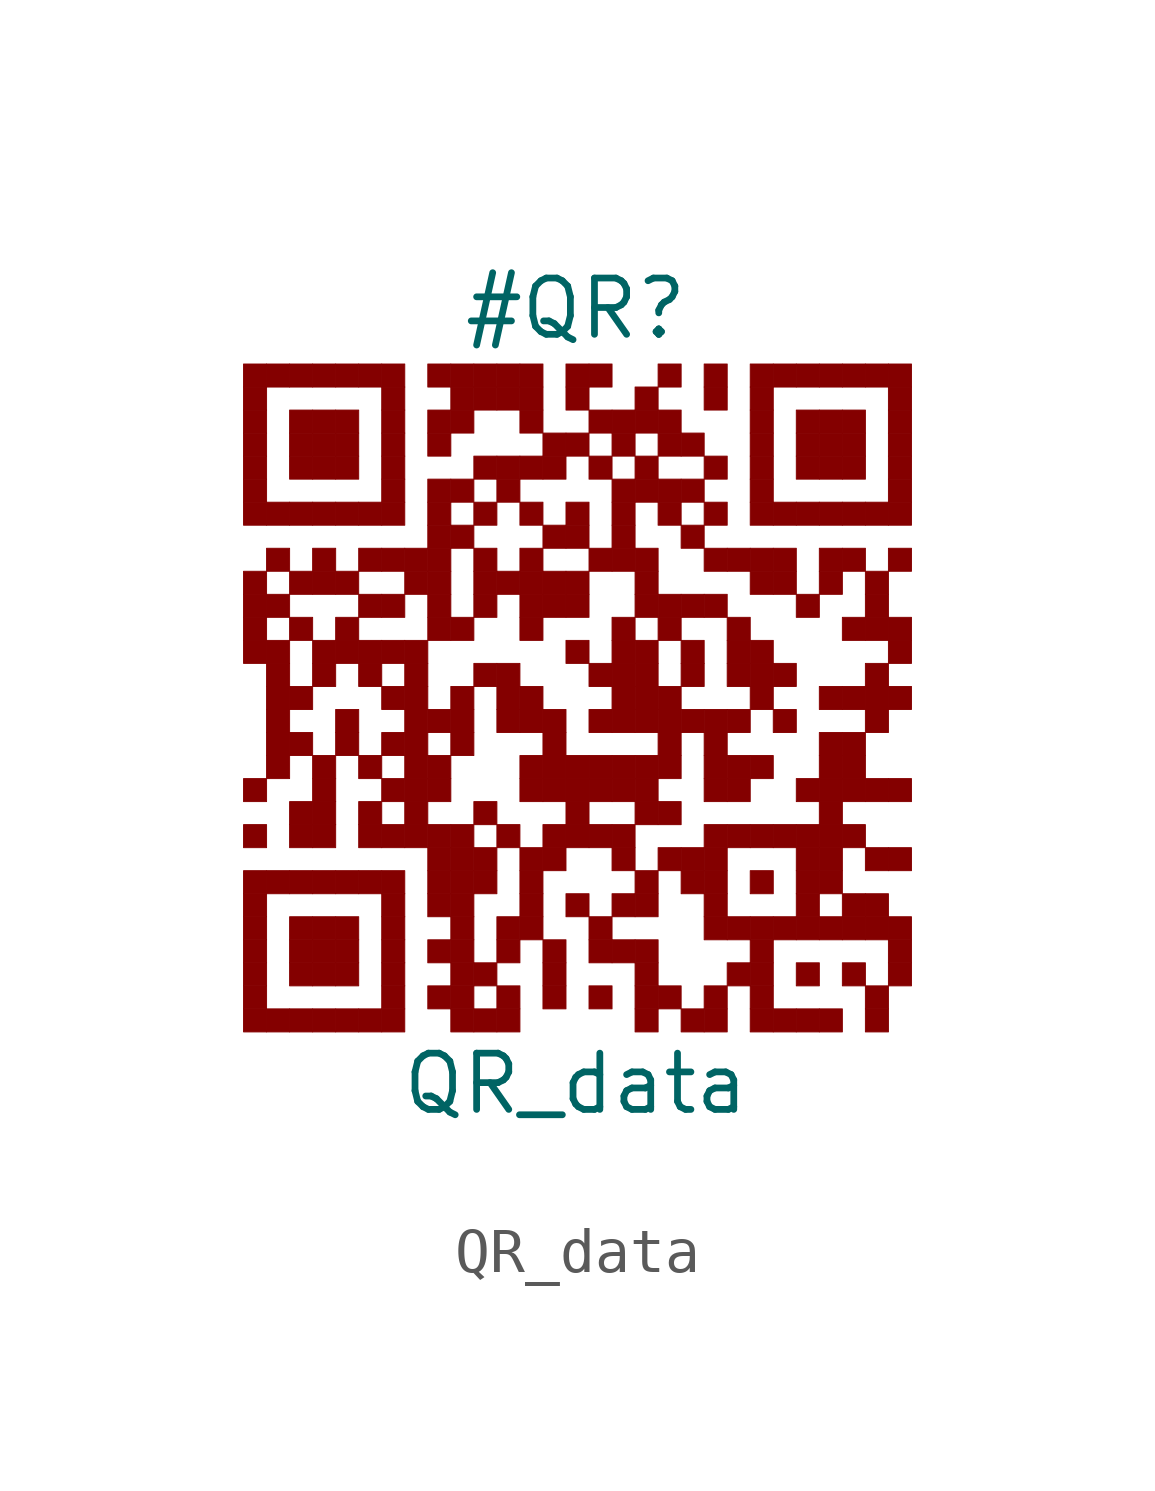
<source format=kicad_sym>
(kicad_symbol_lib
  (version 20211014)
  (generator kibot)
  (symbol "QR_data"
    (pin_numbers hide)
    (pin_names hide)
    (property "Reference" "#QR"
      (at 0 8.75 0)
      (effects (font (size 1.27 1.27))))
    (property "Value" "QR_data"
      (at 0 -8.75 0)
      (effects (font (size 1.27 1.27))))
    (rectangle
      (start -7.5 7.5)
      (end -6.98 6.98)
      (stroke (width 0.001) (type default))
      (fill (type outline)))
    (rectangle
      (start -6.98 7.5)
      (end -6.46 6.98)
      (stroke (width 0.001) (type default))
      (fill (type outline)))
    (rectangle
      (start -6.46 7.5)
      (end -5.94 6.98)
      (stroke (width 0.001) (type default))
      (fill (type outline)))
    (rectangle
      (start -5.94 7.5)
      (end -5.42 6.98)
      (stroke (width 0.001) (type default))
      (fill (type outline)))
    (rectangle
      (start -5.42 7.5)
      (end -4.9 6.98)
      (stroke (width 0.001) (type default))
      (fill (type outline)))
    (rectangle
      (start -4.9 7.5)
      (end -4.38 6.98)
      (stroke (width 0.001) (type default))
      (fill (type outline)))
    (rectangle
      (start -4.38 7.5)
      (end -3.86 6.98)
      (stroke (width 0.001) (type default))
      (fill (type outline)))
    (rectangle
      (start -3.34 7.5)
      (end -2.82 6.98)
      (stroke (width 0.001) (type default))
      (fill (type outline)))
    (rectangle
      (start -2.82 7.5)
      (end -2.3 6.98)
      (stroke (width 0.001) (type default))
      (fill (type outline)))
    (rectangle
      (start -2.3 7.5)
      (end -1.78 6.98)
      (stroke (width 0.001) (type default))
      (fill (type outline)))
    (rectangle
      (start -1.78 7.5)
      (end -1.26 6.98)
      (stroke (width 0.001) (type default))
      (fill (type outline)))
    (rectangle
      (start -1.26 7.5)
      (end -0.74 6.98)
      (stroke (width 0.001) (type default))
      (fill (type outline)))
    (rectangle
      (start -0.22 7.5)
      (end 0.3 6.98)
      (stroke (width 0.001) (type default))
      (fill (type outline)))
    (rectangle
      (start 0.3 7.5)
      (end 0.82 6.98)
      (stroke (width 0.001) (type default))
      (fill (type outline)))
    (rectangle
      (start 1.86 7.5)
      (end 2.38 6.98)
      (stroke (width 0.001) (type default))
      (fill (type outline)))
    (rectangle
      (start 2.9 7.5)
      (end 3.42 6.98)
      (stroke (width 0.001) (type default))
      (fill (type outline)))
    (rectangle
      (start 3.94 7.5)
      (end 4.46 6.98)
      (stroke (width 0.001) (type default))
      (fill (type outline)))
    (rectangle
      (start 4.46 7.5)
      (end 4.98 6.98)
      (stroke (width 0.001) (type default))
      (fill (type outline)))
    (rectangle
      (start 4.98 7.5)
      (end 5.5 6.98)
      (stroke (width 0.001) (type default))
      (fill (type outline)))
    (rectangle
      (start 5.5 7.5)
      (end 6.02 6.98)
      (stroke (width 0.001) (type default))
      (fill (type outline)))
    (rectangle
      (start 6.02 7.5)
      (end 6.54 6.98)
      (stroke (width 0.001) (type default))
      (fill (type outline)))
    (rectangle
      (start 6.54 7.5)
      (end 7.06 6.98)
      (stroke (width 0.001) (type default))
      (fill (type outline)))
    (rectangle
      (start 7.06 7.5)
      (end 7.58 6.98)
      (stroke (width 0.001) (type default))
      (fill (type outline)))
    (rectangle
      (start -7.5 6.98)
      (end -6.98 6.46)
      (stroke (width 0.001) (type default))
      (fill (type outline)))
    (rectangle
      (start -4.38 6.98)
      (end -3.86 6.46)
      (stroke (width 0.001) (type default))
      (fill (type outline)))
    (rectangle
      (start -2.82 6.98)
      (end -2.3 6.46)
      (stroke (width 0.001) (type default))
      (fill (type outline)))
    (rectangle
      (start -2.3 6.98)
      (end -1.78 6.46)
      (stroke (width 0.001) (type default))
      (fill (type outline)))
    (rectangle
      (start -1.78 6.98)
      (end -1.26 6.46)
      (stroke (width 0.001) (type default))
      (fill (type outline)))
    (rectangle
      (start -1.26 6.98)
      (end -0.74 6.46)
      (stroke (width 0.001) (type default))
      (fill (type outline)))
    (rectangle
      (start -0.22 6.98)
      (end 0.3 6.46)
      (stroke (width 0.001) (type default))
      (fill (type outline)))
    (rectangle
      (start 1.34 6.98)
      (end 1.86 6.46)
      (stroke (width 0.001) (type default))
      (fill (type outline)))
    (rectangle
      (start 2.9 6.98)
      (end 3.42 6.46)
      (stroke (width 0.001) (type default))
      (fill (type outline)))
    (rectangle
      (start 3.94 6.98)
      (end 4.46 6.46)
      (stroke (width 0.001) (type default))
      (fill (type outline)))
    (rectangle
      (start 7.06 6.98)
      (end 7.58 6.46)
      (stroke (width 0.001) (type default))
      (fill (type outline)))
    (rectangle
      (start -7.5 6.46)
      (end -6.98 5.94)
      (stroke (width 0.001) (type default))
      (fill (type outline)))
    (rectangle
      (start -6.46 6.46)
      (end -5.94 5.94)
      (stroke (width 0.001) (type default))
      (fill (type outline)))
    (rectangle
      (start -5.94 6.46)
      (end -5.42 5.94)
      (stroke (width 0.001) (type default))
      (fill (type outline)))
    (rectangle
      (start -5.42 6.46)
      (end -4.9 5.94)
      (stroke (width 0.001) (type default))
      (fill (type outline)))
    (rectangle
      (start -4.38 6.46)
      (end -3.86 5.94)
      (stroke (width 0.001) (type default))
      (fill (type outline)))
    (rectangle
      (start -3.34 6.46)
      (end -2.82 5.94)
      (stroke (width 0.001) (type default))
      (fill (type outline)))
    (rectangle
      (start -2.82 6.46)
      (end -2.3 5.94)
      (stroke (width 0.001) (type default))
      (fill (type outline)))
    (rectangle
      (start -1.26 6.46)
      (end -0.74 5.94)
      (stroke (width 0.001) (type default))
      (fill (type outline)))
    (rectangle
      (start 0.3 6.46)
      (end 0.82 5.94)
      (stroke (width 0.001) (type default))
      (fill (type outline)))
    (rectangle
      (start 0.82 6.46)
      (end 1.34 5.94)
      (stroke (width 0.001) (type default))
      (fill (type outline)))
    (rectangle
      (start 1.34 6.46)
      (end 1.86 5.94)
      (stroke (width 0.001) (type default))
      (fill (type outline)))
    (rectangle
      (start 1.86 6.46)
      (end 2.38 5.94)
      (stroke (width 0.001) (type default))
      (fill (type outline)))
    (rectangle
      (start 3.94 6.46)
      (end 4.46 5.94)
      (stroke (width 0.001) (type default))
      (fill (type outline)))
    (rectangle
      (start 4.98 6.46)
      (end 5.5 5.94)
      (stroke (width 0.001) (type default))
      (fill (type outline)))
    (rectangle
      (start 5.5 6.46)
      (end 6.02 5.94)
      (stroke (width 0.001) (type default))
      (fill (type outline)))
    (rectangle
      (start 6.02 6.46)
      (end 6.54 5.94)
      (stroke (width 0.001) (type default))
      (fill (type outline)))
    (rectangle
      (start 7.06 6.46)
      (end 7.58 5.94)
      (stroke (width 0.001) (type default))
      (fill (type outline)))
    (rectangle
      (start -7.5 5.94)
      (end -6.98 5.42)
      (stroke (width 0.001) (type default))
      (fill (type outline)))
    (rectangle
      (start -6.46 5.94)
      (end -5.94 5.42)
      (stroke (width 0.001) (type default))
      (fill (type outline)))
    (rectangle
      (start -5.94 5.94)
      (end -5.42 5.42)
      (stroke (width 0.001) (type default))
      (fill (type outline)))
    (rectangle
      (start -5.42 5.94)
      (end -4.9 5.42)
      (stroke (width 0.001) (type default))
      (fill (type outline)))
    (rectangle
      (start -4.38 5.94)
      (end -3.86 5.42)
      (stroke (width 0.001) (type default))
      (fill (type outline)))
    (rectangle
      (start -3.34 5.94)
      (end -2.82 5.42)
      (stroke (width 0.001) (type default))
      (fill (type outline)))
    (rectangle
      (start -0.74 5.94)
      (end -0.22 5.42)
      (stroke (width 0.001) (type default))
      (fill (type outline)))
    (rectangle
      (start -0.22 5.94)
      (end 0.3 5.42)
      (stroke (width 0.001) (type default))
      (fill (type outline)))
    (rectangle
      (start 0.82 5.94)
      (end 1.34 5.42)
      (stroke (width 0.001) (type default))
      (fill (type outline)))
    (rectangle
      (start 1.86 5.94)
      (end 2.38 5.42)
      (stroke (width 0.001) (type default))
      (fill (type outline)))
    (rectangle
      (start 2.38 5.94)
      (end 2.9 5.42)
      (stroke (width 0.001) (type default))
      (fill (type outline)))
    (rectangle
      (start 3.94 5.94)
      (end 4.46 5.42)
      (stroke (width 0.001) (type default))
      (fill (type outline)))
    (rectangle
      (start 4.98 5.94)
      (end 5.5 5.42)
      (stroke (width 0.001) (type default))
      (fill (type outline)))
    (rectangle
      (start 5.5 5.94)
      (end 6.02 5.42)
      (stroke (width 0.001) (type default))
      (fill (type outline)))
    (rectangle
      (start 6.02 5.94)
      (end 6.54 5.42)
      (stroke (width 0.001) (type default))
      (fill (type outline)))
    (rectangle
      (start 7.06 5.94)
      (end 7.58 5.42)
      (stroke (width 0.001) (type default))
      (fill (type outline)))
    (rectangle
      (start -7.5 5.42)
      (end -6.98 4.9)
      (stroke (width 0.001) (type default))
      (fill (type outline)))
    (rectangle
      (start -6.46 5.42)
      (end -5.94 4.9)
      (stroke (width 0.001) (type default))
      (fill (type outline)))
    (rectangle
      (start -5.94 5.42)
      (end -5.42 4.9)
      (stroke (width 0.001) (type default))
      (fill (type outline)))
    (rectangle
      (start -5.42 5.42)
      (end -4.9 4.9)
      (stroke (width 0.001) (type default))
      (fill (type outline)))
    (rectangle
      (start -4.38 5.42)
      (end -3.86 4.9)
      (stroke (width 0.001) (type default))
      (fill (type outline)))
    (rectangle
      (start -2.3 5.42)
      (end -1.78 4.9)
      (stroke (width 0.001) (type default))
      (fill (type outline)))
    (rectangle
      (start -1.78 5.42)
      (end -1.26 4.9)
      (stroke (width 0.001) (type default))
      (fill (type outline)))
    (rectangle
      (start -1.26 5.42)
      (end -0.74 4.9)
      (stroke (width 0.001) (type default))
      (fill (type outline)))
    (rectangle
      (start -0.74 5.42)
      (end -0.22 4.9)
      (stroke (width 0.001) (type default))
      (fill (type outline)))
    (rectangle
      (start 0.3 5.42)
      (end 0.82 4.9)
      (stroke (width 0.001) (type default))
      (fill (type outline)))
    (rectangle
      (start 1.34 5.42)
      (end 1.86 4.9)
      (stroke (width 0.001) (type default))
      (fill (type outline)))
    (rectangle
      (start 2.9 5.42)
      (end 3.42 4.9)
      (stroke (width 0.001) (type default))
      (fill (type outline)))
    (rectangle
      (start 3.94 5.42)
      (end 4.46 4.9)
      (stroke (width 0.001) (type default))
      (fill (type outline)))
    (rectangle
      (start 4.98 5.42)
      (end 5.5 4.9)
      (stroke (width 0.001) (type default))
      (fill (type outline)))
    (rectangle
      (start 5.5 5.42)
      (end 6.02 4.9)
      (stroke (width 0.001) (type default))
      (fill (type outline)))
    (rectangle
      (start 6.02 5.42)
      (end 6.54 4.9)
      (stroke (width 0.001) (type default))
      (fill (type outline)))
    (rectangle
      (start 7.06 5.42)
      (end 7.58 4.9)
      (stroke (width 0.001) (type default))
      (fill (type outline)))
    (rectangle
      (start -7.5 4.9)
      (end -6.98 4.38)
      (stroke (width 0.001) (type default))
      (fill (type outline)))
    (rectangle
      (start -4.38 4.9)
      (end -3.86 4.38)
      (stroke (width 0.001) (type default))
      (fill (type outline)))
    (rectangle
      (start -3.34 4.9)
      (end -2.82 4.38)
      (stroke (width 0.001) (type default))
      (fill (type outline)))
    (rectangle
      (start -2.82 4.9)
      (end -2.3 4.38)
      (stroke (width 0.001) (type default))
      (fill (type outline)))
    (rectangle
      (start -1.78 4.9)
      (end -1.26 4.38)
      (stroke (width 0.001) (type default))
      (fill (type outline)))
    (rectangle
      (start 0.82 4.9)
      (end 1.34 4.38)
      (stroke (width 0.001) (type default))
      (fill (type outline)))
    (rectangle
      (start 1.34 4.9)
      (end 1.86 4.38)
      (stroke (width 0.001) (type default))
      (fill (type outline)))
    (rectangle
      (start 1.86 4.9)
      (end 2.38 4.38)
      (stroke (width 0.001) (type default))
      (fill (type outline)))
    (rectangle
      (start 2.38 4.9)
      (end 2.9 4.38)
      (stroke (width 0.001) (type default))
      (fill (type outline)))
    (rectangle
      (start 3.94 4.9)
      (end 4.46 4.38)
      (stroke (width 0.001) (type default))
      (fill (type outline)))
    (rectangle
      (start 7.06 4.9)
      (end 7.58 4.38)
      (stroke (width 0.001) (type default))
      (fill (type outline)))
    (rectangle
      (start -7.5 4.38)
      (end -6.98 3.86)
      (stroke (width 0.001) (type default))
      (fill (type outline)))
    (rectangle
      (start -6.98 4.38)
      (end -6.46 3.86)
      (stroke (width 0.001) (type default))
      (fill (type outline)))
    (rectangle
      (start -6.46 4.38)
      (end -5.94 3.86)
      (stroke (width 0.001) (type default))
      (fill (type outline)))
    (rectangle
      (start -5.94 4.38)
      (end -5.42 3.86)
      (stroke (width 0.001) (type default))
      (fill (type outline)))
    (rectangle
      (start -5.42 4.38)
      (end -4.9 3.86)
      (stroke (width 0.001) (type default))
      (fill (type outline)))
    (rectangle
      (start -4.9 4.38)
      (end -4.38 3.86)
      (stroke (width 0.001) (type default))
      (fill (type outline)))
    (rectangle
      (start -4.38 4.38)
      (end -3.86 3.86)
      (stroke (width 0.001) (type default))
      (fill (type outline)))
    (rectangle
      (start -3.34 4.38)
      (end -2.82 3.86)
      (stroke (width 0.001) (type default))
      (fill (type outline)))
    (rectangle
      (start -2.3 4.38)
      (end -1.78 3.86)
      (stroke (width 0.001) (type default))
      (fill (type outline)))
    (rectangle
      (start -1.26 4.38)
      (end -0.74 3.86)
      (stroke (width 0.001) (type default))
      (fill (type outline)))
    (rectangle
      (start -0.22 4.38)
      (end 0.3 3.86)
      (stroke (width 0.001) (type default))
      (fill (type outline)))
    (rectangle
      (start 0.82 4.38)
      (end 1.34 3.86)
      (stroke (width 0.001) (type default))
      (fill (type outline)))
    (rectangle
      (start 1.86 4.38)
      (end 2.38 3.86)
      (stroke (width 0.001) (type default))
      (fill (type outline)))
    (rectangle
      (start 2.9 4.38)
      (end 3.42 3.86)
      (stroke (width 0.001) (type default))
      (fill (type outline)))
    (rectangle
      (start 3.94 4.38)
      (end 4.46 3.86)
      (stroke (width 0.001) (type default))
      (fill (type outline)))
    (rectangle
      (start 4.46 4.38)
      (end 4.98 3.86)
      (stroke (width 0.001) (type default))
      (fill (type outline)))
    (rectangle
      (start 4.98 4.38)
      (end 5.5 3.86)
      (stroke (width 0.001) (type default))
      (fill (type outline)))
    (rectangle
      (start 5.5 4.38)
      (end 6.02 3.86)
      (stroke (width 0.001) (type default))
      (fill (type outline)))
    (rectangle
      (start 6.02 4.38)
      (end 6.54 3.86)
      (stroke (width 0.001) (type default))
      (fill (type outline)))
    (rectangle
      (start 6.54 4.38)
      (end 7.06 3.86)
      (stroke (width 0.001) (type default))
      (fill (type outline)))
    (rectangle
      (start 7.06 4.38)
      (end 7.58 3.86)
      (stroke (width 0.001) (type default))
      (fill (type outline)))
    (rectangle
      (start -3.34 3.86)
      (end -2.82 3.34)
      (stroke (width 0.001) (type default))
      (fill (type outline)))
    (rectangle
      (start -2.82 3.86)
      (end -2.3 3.34)
      (stroke (width 0.001) (type default))
      (fill (type outline)))
    (rectangle
      (start -0.74 3.86)
      (end -0.22 3.34)
      (stroke (width 0.001) (type default))
      (fill (type outline)))
    (rectangle
      (start -0.22 3.86)
      (end 0.3 3.34)
      (stroke (width 0.001) (type default))
      (fill (type outline)))
    (rectangle
      (start 0.82 3.86)
      (end 1.34 3.34)
      (stroke (width 0.001) (type default))
      (fill (type outline)))
    (rectangle
      (start 2.38 3.86)
      (end 2.9 3.34)
      (stroke (width 0.001) (type default))
      (fill (type outline)))
    (rectangle
      (start -6.98 3.34)
      (end -6.46 2.82)
      (stroke (width 0.001) (type default))
      (fill (type outline)))
    (rectangle
      (start -5.94 3.34)
      (end -5.42 2.82)
      (stroke (width 0.001) (type default))
      (fill (type outline)))
    (rectangle
      (start -4.9 3.34)
      (end -4.38 2.82)
      (stroke (width 0.001) (type default))
      (fill (type outline)))
    (rectangle
      (start -4.38 3.34)
      (end -3.86 2.82)
      (stroke (width 0.001) (type default))
      (fill (type outline)))
    (rectangle
      (start -3.86 3.34)
      (end -3.34 2.82)
      (stroke (width 0.001) (type default))
      (fill (type outline)))
    (rectangle
      (start -3.34 3.34)
      (end -2.82 2.82)
      (stroke (width 0.001) (type default))
      (fill (type outline)))
    (rectangle
      (start -2.3 3.34)
      (end -1.78 2.82)
      (stroke (width 0.001) (type default))
      (fill (type outline)))
    (rectangle
      (start -1.26 3.34)
      (end -0.74 2.82)
      (stroke (width 0.001) (type default))
      (fill (type outline)))
    (rectangle
      (start 0.3 3.34)
      (end 0.82 2.82)
      (stroke (width 0.001) (type default))
      (fill (type outline)))
    (rectangle
      (start 0.82 3.34)
      (end 1.34 2.82)
      (stroke (width 0.001) (type default))
      (fill (type outline)))
    (rectangle
      (start 1.34 3.34)
      (end 1.86 2.82)
      (stroke (width 0.001) (type default))
      (fill (type outline)))
    (rectangle
      (start 2.9 3.34)
      (end 3.42 2.82)
      (stroke (width 0.001) (type default))
      (fill (type outline)))
    (rectangle
      (start 3.42 3.34)
      (end 3.94 2.82)
      (stroke (width 0.001) (type default))
      (fill (type outline)))
    (rectangle
      (start 3.94 3.34)
      (end 4.46 2.82)
      (stroke (width 0.001) (type default))
      (fill (type outline)))
    (rectangle
      (start 4.46 3.34)
      (end 4.98 2.82)
      (stroke (width 0.001) (type default))
      (fill (type outline)))
    (rectangle
      (start 5.5 3.34)
      (end 6.02 2.82)
      (stroke (width 0.001) (type default))
      (fill (type outline)))
    (rectangle
      (start 6.02 3.34)
      (end 6.54 2.82)
      (stroke (width 0.001) (type default))
      (fill (type outline)))
    (rectangle
      (start 7.06 3.34)
      (end 7.58 2.82)
      (stroke (width 0.001) (type default))
      (fill (type outline)))
    (rectangle
      (start -7.5 2.82)
      (end -6.98 2.3)
      (stroke (width 0.001) (type default))
      (fill (type outline)))
    (rectangle
      (start -6.46 2.82)
      (end -5.94 2.3)
      (stroke (width 0.001) (type default))
      (fill (type outline)))
    (rectangle
      (start -5.94 2.82)
      (end -5.42 2.3)
      (stroke (width 0.001) (type default))
      (fill (type outline)))
    (rectangle
      (start -5.42 2.82)
      (end -4.9 2.3)
      (stroke (width 0.001) (type default))
      (fill (type outline)))
    (rectangle
      (start -3.86 2.82)
      (end -3.34 2.3)
      (stroke (width 0.001) (type default))
      (fill (type outline)))
    (rectangle
      (start -3.34 2.82)
      (end -2.82 2.3)
      (stroke (width 0.001) (type default))
      (fill (type outline)))
    (rectangle
      (start -2.3 2.82)
      (end -1.78 2.3)
      (stroke (width 0.001) (type default))
      (fill (type outline)))
    (rectangle
      (start -1.78 2.82)
      (end -1.26 2.3)
      (stroke (width 0.001) (type default))
      (fill (type outline)))
    (rectangle
      (start -1.26 2.82)
      (end -0.74 2.3)
      (stroke (width 0.001) (type default))
      (fill (type outline)))
    (rectangle
      (start -0.74 2.82)
      (end -0.22 2.3)
      (stroke (width 0.001) (type default))
      (fill (type outline)))
    (rectangle
      (start -0.22 2.82)
      (end 0.3 2.3)
      (stroke (width 0.001) (type default))
      (fill (type outline)))
    (rectangle
      (start 1.34 2.82)
      (end 1.86 2.3)
      (stroke (width 0.001) (type default))
      (fill (type outline)))
    (rectangle
      (start 3.94 2.82)
      (end 4.46 2.3)
      (stroke (width 0.001) (type default))
      (fill (type outline)))
    (rectangle
      (start 4.46 2.82)
      (end 4.98 2.3)
      (stroke (width 0.001) (type default))
      (fill (type outline)))
    (rectangle
      (start 5.5 2.82)
      (end 6.02 2.3)
      (stroke (width 0.001) (type default))
      (fill (type outline)))
    (rectangle
      (start 6.54 2.82)
      (end 7.06 2.3)
      (stroke (width 0.001) (type default))
      (fill (type outline)))
    (rectangle
      (start -7.5 2.3)
      (end -6.98 1.78)
      (stroke (width 0.001) (type default))
      (fill (type outline)))
    (rectangle
      (start -6.98 2.3)
      (end -6.46 1.78)
      (stroke (width 0.001) (type default))
      (fill (type outline)))
    (rectangle
      (start -4.9 2.3)
      (end -4.38 1.78)
      (stroke (width 0.001) (type default))
      (fill (type outline)))
    (rectangle
      (start -4.38 2.3)
      (end -3.86 1.78)
      (stroke (width 0.001) (type default))
      (fill (type outline)))
    (rectangle
      (start -3.34 2.3)
      (end -2.82 1.78)
      (stroke (width 0.001) (type default))
      (fill (type outline)))
    (rectangle
      (start -2.3 2.3)
      (end -1.78 1.78)
      (stroke (width 0.001) (type default))
      (fill (type outline)))
    (rectangle
      (start -1.26 2.3)
      (end -0.74 1.78)
      (stroke (width 0.001) (type default))
      (fill (type outline)))
    (rectangle
      (start -0.74 2.3)
      (end -0.22 1.78)
      (stroke (width 0.001) (type default))
      (fill (type outline)))
    (rectangle
      (start -0.22 2.3)
      (end 0.3 1.78)
      (stroke (width 0.001) (type default))
      (fill (type outline)))
    (rectangle
      (start 1.34 2.3)
      (end 1.86 1.78)
      (stroke (width 0.001) (type default))
      (fill (type outline)))
    (rectangle
      (start 1.86 2.3)
      (end 2.38 1.78)
      (stroke (width 0.001) (type default))
      (fill (type outline)))
    (rectangle
      (start 2.38 2.3)
      (end 2.9 1.78)
      (stroke (width 0.001) (type default))
      (fill (type outline)))
    (rectangle
      (start 2.9 2.3)
      (end 3.42 1.78)
      (stroke (width 0.001) (type default))
      (fill (type outline)))
    (rectangle
      (start 4.98 2.3)
      (end 5.5 1.78)
      (stroke (width 0.001) (type default))
      (fill (type outline)))
    (rectangle
      (start 6.54 2.3)
      (end 7.06 1.78)
      (stroke (width 0.001) (type default))
      (fill (type outline)))
    (rectangle
      (start -7.5 1.78)
      (end -6.98 1.26)
      (stroke (width 0.001) (type default))
      (fill (type outline)))
    (rectangle
      (start -6.46 1.78)
      (end -5.94 1.26)
      (stroke (width 0.001) (type default))
      (fill (type outline)))
    (rectangle
      (start -5.42 1.78)
      (end -4.9 1.26)
      (stroke (width 0.001) (type default))
      (fill (type outline)))
    (rectangle
      (start -3.34 1.78)
      (end -2.82 1.26)
      (stroke (width 0.001) (type default))
      (fill (type outline)))
    (rectangle
      (start -2.82 1.78)
      (end -2.3 1.26)
      (stroke (width 0.001) (type default))
      (fill (type outline)))
    (rectangle
      (start -1.26 1.78)
      (end -0.74 1.26)
      (stroke (width 0.001) (type default))
      (fill (type outline)))
    (rectangle
      (start 0.82 1.78)
      (end 1.34 1.26)
      (stroke (width 0.001) (type default))
      (fill (type outline)))
    (rectangle
      (start 1.86 1.78)
      (end 2.38 1.26)
      (stroke (width 0.001) (type default))
      (fill (type outline)))
    (rectangle
      (start 3.42 1.78)
      (end 3.94 1.26)
      (stroke (width 0.001) (type default))
      (fill (type outline)))
    (rectangle
      (start 6.02 1.78)
      (end 6.54 1.26)
      (stroke (width 0.001) (type default))
      (fill (type outline)))
    (rectangle
      (start 6.54 1.78)
      (end 7.06 1.26)
      (stroke (width 0.001) (type default))
      (fill (type outline)))
    (rectangle
      (start 7.06 1.78)
      (end 7.58 1.26)
      (stroke (width 0.001) (type default))
      (fill (type outline)))
    (rectangle
      (start -7.5 1.26)
      (end -6.98 0.74)
      (stroke (width 0.001) (type default))
      (fill (type outline)))
    (rectangle
      (start -6.98 1.26)
      (end -6.46 0.74)
      (stroke (width 0.001) (type default))
      (fill (type outline)))
    (rectangle
      (start -5.94 1.26)
      (end -5.42 0.74)
      (stroke (width 0.001) (type default))
      (fill (type outline)))
    (rectangle
      (start -5.42 1.26)
      (end -4.9 0.74)
      (stroke (width 0.001) (type default))
      (fill (type outline)))
    (rectangle
      (start -4.9 1.26)
      (end -4.38 0.74)
      (stroke (width 0.001) (type default))
      (fill (type outline)))
    (rectangle
      (start -4.38 1.26)
      (end -3.86 0.74)
      (stroke (width 0.001) (type default))
      (fill (type outline)))
    (rectangle
      (start -3.86 1.26)
      (end -3.34 0.74)
      (stroke (width 0.001) (type default))
      (fill (type outline)))
    (rectangle
      (start -0.22 1.26)
      (end 0.3 0.74)
      (stroke (width 0.001) (type default))
      (fill (type outline)))
    (rectangle
      (start 0.82 1.26)
      (end 1.34 0.74)
      (stroke (width 0.001) (type default))
      (fill (type outline)))
    (rectangle
      (start 1.34 1.26)
      (end 1.86 0.74)
      (stroke (width 0.001) (type default))
      (fill (type outline)))
    (rectangle
      (start 2.38 1.26)
      (end 2.9 0.74)
      (stroke (width 0.001) (type default))
      (fill (type outline)))
    (rectangle
      (start 3.42 1.26)
      (end 3.94 0.74)
      (stroke (width 0.001) (type default))
      (fill (type outline)))
    (rectangle
      (start 3.94 1.26)
      (end 4.46 0.74)
      (stroke (width 0.001) (type default))
      (fill (type outline)))
    (rectangle
      (start 7.06 1.26)
      (end 7.58 0.74)
      (stroke (width 0.001) (type default))
      (fill (type outline)))
    (rectangle
      (start -6.98 0.74)
      (end -6.46 0.22)
      (stroke (width 0.001) (type default))
      (fill (type outline)))
    (rectangle
      (start -5.94 0.74)
      (end -5.42 0.22)
      (stroke (width 0.001) (type default))
      (fill (type outline)))
    (rectangle
      (start -4.9 0.74)
      (end -4.38 0.22)
      (stroke (width 0.001) (type default))
      (fill (type outline)))
    (rectangle
      (start -3.86 0.74)
      (end -3.34 0.22)
      (stroke (width 0.001) (type default))
      (fill (type outline)))
    (rectangle
      (start -2.3 0.74)
      (end -1.78 0.22)
      (stroke (width 0.001) (type default))
      (fill (type outline)))
    (rectangle
      (start -1.78 0.74)
      (end -1.26 0.22)
      (stroke (width 0.001) (type default))
      (fill (type outline)))
    (rectangle
      (start 0.3 0.74)
      (end 0.82 0.22)
      (stroke (width 0.001) (type default))
      (fill (type outline)))
    (rectangle
      (start 0.82 0.74)
      (end 1.34 0.22)
      (stroke (width 0.001) (type default))
      (fill (type outline)))
    (rectangle
      (start 1.34 0.74)
      (end 1.86 0.22)
      (stroke (width 0.001) (type default))
      (fill (type outline)))
    (rectangle
      (start 2.38 0.74)
      (end 2.9 0.22)
      (stroke (width 0.001) (type default))
      (fill (type outline)))
    (rectangle
      (start 3.42 0.74)
      (end 3.94 0.22)
      (stroke (width 0.001) (type default))
      (fill (type outline)))
    (rectangle
      (start 3.94 0.74)
      (end 4.46 0.22)
      (stroke (width 0.001) (type default))
      (fill (type outline)))
    (rectangle
      (start 4.46 0.74)
      (end 4.98 0.22)
      (stroke (width 0.001) (type default))
      (fill (type outline)))
    (rectangle
      (start 6.54 0.74)
      (end 7.06 0.22)
      (stroke (width 0.001) (type default))
      (fill (type outline)))
    (rectangle
      (start -6.98 0.22)
      (end -6.46 -0.3)
      (stroke (width 0.001) (type default))
      (fill (type outline)))
    (rectangle
      (start -6.46 0.22)
      (end -5.94 -0.3)
      (stroke (width 0.001) (type default))
      (fill (type outline)))
    (rectangle
      (start -4.38 0.22)
      (end -3.86 -0.3)
      (stroke (width 0.001) (type default))
      (fill (type outline)))
    (rectangle
      (start -3.86 0.22)
      (end -3.34 -0.3)
      (stroke (width 0.001) (type default))
      (fill (type outline)))
    (rectangle
      (start -2.82 0.22)
      (end -2.3 -0.3)
      (stroke (width 0.001) (type default))
      (fill (type outline)))
    (rectangle
      (start -1.78 0.22)
      (end -1.26 -0.3)
      (stroke (width 0.001) (type default))
      (fill (type outline)))
    (rectangle
      (start -1.26 0.22)
      (end -0.74 -0.3)
      (stroke (width 0.001) (type default))
      (fill (type outline)))
    (rectangle
      (start 0.82 0.22)
      (end 1.34 -0.3)
      (stroke (width 0.001) (type default))
      (fill (type outline)))
    (rectangle
      (start 1.34 0.22)
      (end 1.86 -0.3)
      (stroke (width 0.001) (type default))
      (fill (type outline)))
    (rectangle
      (start 1.86 0.22)
      (end 2.38 -0.3)
      (stroke (width 0.001) (type default))
      (fill (type outline)))
    (rectangle
      (start 3.94 0.22)
      (end 4.46 -0.3)
      (stroke (width 0.001) (type default))
      (fill (type outline)))
    (rectangle
      (start 5.5 0.22)
      (end 6.02 -0.3)
      (stroke (width 0.001) (type default))
      (fill (type outline)))
    (rectangle
      (start 6.02 0.22)
      (end 6.54 -0.3)
      (stroke (width 0.001) (type default))
      (fill (type outline)))
    (rectangle
      (start 6.54 0.22)
      (end 7.06 -0.3)
      (stroke (width 0.001) (type default))
      (fill (type outline)))
    (rectangle
      (start 7.06 0.22)
      (end 7.58 -0.3)
      (stroke (width 0.001) (type default))
      (fill (type outline)))
    (rectangle
      (start -6.98 -0.3)
      (end -6.46 -0.82)
      (stroke (width 0.001) (type default))
      (fill (type outline)))
    (rectangle
      (start -5.42 -0.3)
      (end -4.9 -0.82)
      (stroke (width 0.001) (type default))
      (fill (type outline)))
    (rectangle
      (start -3.86 -0.3)
      (end -3.34 -0.82)
      (stroke (width 0.001) (type default))
      (fill (type outline)))
    (rectangle
      (start -3.34 -0.3)
      (end -2.82 -0.82)
      (stroke (width 0.001) (type default))
      (fill (type outline)))
    (rectangle
      (start -2.82 -0.3)
      (end -2.3 -0.82)
      (stroke (width 0.001) (type default))
      (fill (type outline)))
    (rectangle
      (start -1.78 -0.3)
      (end -1.26 -0.82)
      (stroke (width 0.001) (type default))
      (fill (type outline)))
    (rectangle
      (start -1.26 -0.3)
      (end -0.74 -0.82)
      (stroke (width 0.001) (type default))
      (fill (type outline)))
    (rectangle
      (start -0.74 -0.3)
      (end -0.22 -0.82)
      (stroke (width 0.001) (type default))
      (fill (type outline)))
    (rectangle
      (start 0.3 -0.3)
      (end 0.82 -0.82)
      (stroke (width 0.001) (type default))
      (fill (type outline)))
    (rectangle
      (start 0.82 -0.3)
      (end 1.34 -0.82)
      (stroke (width 0.001) (type default))
      (fill (type outline)))
    (rectangle
      (start 1.34 -0.3)
      (end 1.86 -0.82)
      (stroke (width 0.001) (type default))
      (fill (type outline)))
    (rectangle
      (start 1.86 -0.3)
      (end 2.38 -0.82)
      (stroke (width 0.001) (type default))
      (fill (type outline)))
    (rectangle
      (start 2.38 -0.3)
      (end 2.9 -0.82)
      (stroke (width 0.001) (type default))
      (fill (type outline)))
    (rectangle
      (start 2.9 -0.3)
      (end 3.42 -0.82)
      (stroke (width 0.001) (type default))
      (fill (type outline)))
    (rectangle
      (start 3.42 -0.3)
      (end 3.94 -0.82)
      (stroke (width 0.001) (type default))
      (fill (type outline)))
    (rectangle
      (start 4.46 -0.3)
      (end 4.98 -0.82)
      (stroke (width 0.001) (type default))
      (fill (type outline)))
    (rectangle
      (start 6.54 -0.3)
      (end 7.06 -0.82)
      (stroke (width 0.001) (type default))
      (fill (type outline)))
    (rectangle
      (start -6.98 -0.82)
      (end -6.46 -1.34)
      (stroke (width 0.001) (type default))
      (fill (type outline)))
    (rectangle
      (start -6.46 -0.82)
      (end -5.94 -1.34)
      (stroke (width 0.001) (type default))
      (fill (type outline)))
    (rectangle
      (start -5.42 -0.82)
      (end -4.9 -1.34)
      (stroke (width 0.001) (type default))
      (fill (type outline)))
    (rectangle
      (start -4.38 -0.82)
      (end -3.86 -1.34)
      (stroke (width 0.001) (type default))
      (fill (type outline)))
    (rectangle
      (start -3.86 -0.82)
      (end -3.34 -1.34)
      (stroke (width 0.001) (type default))
      (fill (type outline)))
    (rectangle
      (start -2.82 -0.82)
      (end -2.3 -1.34)
      (stroke (width 0.001) (type default))
      (fill (type outline)))
    (rectangle
      (start -0.74 -0.82)
      (end -0.22 -1.34)
      (stroke (width 0.001) (type default))
      (fill (type outline)))
    (rectangle
      (start 1.86 -0.82)
      (end 2.38 -1.34)
      (stroke (width 0.001) (type default))
      (fill (type outline)))
    (rectangle
      (start 2.9 -0.82)
      (end 3.42 -1.34)
      (stroke (width 0.001) (type default))
      (fill (type outline)))
    (rectangle
      (start 5.5 -0.82)
      (end 6.02 -1.34)
      (stroke (width 0.001) (type default))
      (fill (type outline)))
    (rectangle
      (start 6.02 -0.82)
      (end 6.54 -1.34)
      (stroke (width 0.001) (type default))
      (fill (type outline)))
    (rectangle
      (start -6.98 -1.34)
      (end -6.46 -1.86)
      (stroke (width 0.001) (type default))
      (fill (type outline)))
    (rectangle
      (start -5.94 -1.34)
      (end -5.42 -1.86)
      (stroke (width 0.001) (type default))
      (fill (type outline)))
    (rectangle
      (start -4.9 -1.34)
      (end -4.38 -1.86)
      (stroke (width 0.001) (type default))
      (fill (type outline)))
    (rectangle
      (start -3.86 -1.34)
      (end -3.34 -1.86)
      (stroke (width 0.001) (type default))
      (fill (type outline)))
    (rectangle
      (start -3.34 -1.34)
      (end -2.82 -1.86)
      (stroke (width 0.001) (type default))
      (fill (type outline)))
    (rectangle
      (start -1.26 -1.34)
      (end -0.74 -1.86)
      (stroke (width 0.001) (type default))
      (fill (type outline)))
    (rectangle
      (start -0.74 -1.34)
      (end -0.22 -1.86)
      (stroke (width 0.001) (type default))
      (fill (type outline)))
    (rectangle
      (start -0.22 -1.34)
      (end 0.3 -1.86)
      (stroke (width 0.001) (type default))
      (fill (type outline)))
    (rectangle
      (start 0.3 -1.34)
      (end 0.82 -1.86)
      (stroke (width 0.001) (type default))
      (fill (type outline)))
    (rectangle
      (start 0.82 -1.34)
      (end 1.34 -1.86)
      (stroke (width 0.001) (type default))
      (fill (type outline)))
    (rectangle
      (start 1.34 -1.34)
      (end 1.86 -1.86)
      (stroke (width 0.001) (type default))
      (fill (type outline)))
    (rectangle
      (start 1.86 -1.34)
      (end 2.38 -1.86)
      (stroke (width 0.001) (type default))
      (fill (type outline)))
    (rectangle
      (start 2.9 -1.34)
      (end 3.42 -1.86)
      (stroke (width 0.001) (type default))
      (fill (type outline)))
    (rectangle
      (start 3.42 -1.34)
      (end 3.94 -1.86)
      (stroke (width 0.001) (type default))
      (fill (type outline)))
    (rectangle
      (start 3.94 -1.34)
      (end 4.46 -1.86)
      (stroke (width 0.001) (type default))
      (fill (type outline)))
    (rectangle
      (start 5.5 -1.34)
      (end 6.02 -1.86)
      (stroke (width 0.001) (type default))
      (fill (type outline)))
    (rectangle
      (start 6.02 -1.34)
      (end 6.54 -1.86)
      (stroke (width 0.001) (type default))
      (fill (type outline)))
    (rectangle
      (start -7.5 -1.86)
      (end -6.98 -2.38)
      (stroke (width 0.001) (type default))
      (fill (type outline)))
    (rectangle
      (start -5.94 -1.86)
      (end -5.42 -2.38)
      (stroke (width 0.001) (type default))
      (fill (type outline)))
    (rectangle
      (start -4.38 -1.86)
      (end -3.86 -2.38)
      (stroke (width 0.001) (type default))
      (fill (type outline)))
    (rectangle
      (start -3.86 -1.86)
      (end -3.34 -2.38)
      (stroke (width 0.001) (type default))
      (fill (type outline)))
    (rectangle
      (start -3.34 -1.86)
      (end -2.82 -2.38)
      (stroke (width 0.001) (type default))
      (fill (type outline)))
    (rectangle
      (start -1.26 -1.86)
      (end -0.74 -2.38)
      (stroke (width 0.001) (type default))
      (fill (type outline)))
    (rectangle
      (start -0.74 -1.86)
      (end -0.22 -2.38)
      (stroke (width 0.001) (type default))
      (fill (type outline)))
    (rectangle
      (start -0.22 -1.86)
      (end 0.3 -2.38)
      (stroke (width 0.001) (type default))
      (fill (type outline)))
    (rectangle
      (start 0.3 -1.86)
      (end 0.82 -2.38)
      (stroke (width 0.001) (type default))
      (fill (type outline)))
    (rectangle
      (start 0.82 -1.86)
      (end 1.34 -2.38)
      (stroke (width 0.001) (type default))
      (fill (type outline)))
    (rectangle
      (start 1.34 -1.86)
      (end 1.86 -2.38)
      (stroke (width 0.001) (type default))
      (fill (type outline)))
    (rectangle
      (start 2.9 -1.86)
      (end 3.42 -2.38)
      (stroke (width 0.001) (type default))
      (fill (type outline)))
    (rectangle
      (start 3.42 -1.86)
      (end 3.94 -2.38)
      (stroke (width 0.001) (type default))
      (fill (type outline)))
    (rectangle
      (start 4.98 -1.86)
      (end 5.5 -2.38)
      (stroke (width 0.001) (type default))
      (fill (type outline)))
    (rectangle
      (start 5.5 -1.86)
      (end 6.02 -2.38)
      (stroke (width 0.001) (type default))
      (fill (type outline)))
    (rectangle
      (start 6.02 -1.86)
      (end 6.54 -2.38)
      (stroke (width 0.001) (type default))
      (fill (type outline)))
    (rectangle
      (start 6.54 -1.86)
      (end 7.06 -2.38)
      (stroke (width 0.001) (type default))
      (fill (type outline)))
    (rectangle
      (start 7.06 -1.86)
      (end 7.58 -2.38)
      (stroke (width 0.001) (type default))
      (fill (type outline)))
    (rectangle
      (start -6.46 -2.38)
      (end -5.94 -2.9)
      (stroke (width 0.001) (type default))
      (fill (type outline)))
    (rectangle
      (start -5.94 -2.38)
      (end -5.42 -2.9)
      (stroke (width 0.001) (type default))
      (fill (type outline)))
    (rectangle
      (start -4.9 -2.38)
      (end -4.38 -2.9)
      (stroke (width 0.001) (type default))
      (fill (type outline)))
    (rectangle
      (start -3.86 -2.38)
      (end -3.34 -2.9)
      (stroke (width 0.001) (type default))
      (fill (type outline)))
    (rectangle
      (start -2.3 -2.38)
      (end -1.78 -2.9)
      (stroke (width 0.001) (type default))
      (fill (type outline)))
    (rectangle
      (start -0.22 -2.38)
      (end 0.3 -2.9)
      (stroke (width 0.001) (type default))
      (fill (type outline)))
    (rectangle
      (start 1.34 -2.38)
      (end 1.86 -2.9)
      (stroke (width 0.001) (type default))
      (fill (type outline)))
    (rectangle
      (start 1.86 -2.38)
      (end 2.38 -2.9)
      (stroke (width 0.001) (type default))
      (fill (type outline)))
    (rectangle
      (start 5.5 -2.38)
      (end 6.02 -2.9)
      (stroke (width 0.001) (type default))
      (fill (type outline)))
    (rectangle
      (start -7.5 -2.9)
      (end -6.98 -3.42)
      (stroke (width 0.001) (type default))
      (fill (type outline)))
    (rectangle
      (start -6.46 -2.9)
      (end -5.94 -3.42)
      (stroke (width 0.001) (type default))
      (fill (type outline)))
    (rectangle
      (start -5.94 -2.9)
      (end -5.42 -3.42)
      (stroke (width 0.001) (type default))
      (fill (type outline)))
    (rectangle
      (start -4.9 -2.9)
      (end -4.38 -3.42)
      (stroke (width 0.001) (type default))
      (fill (type outline)))
    (rectangle
      (start -4.38 -2.9)
      (end -3.86 -3.42)
      (stroke (width 0.001) (type default))
      (fill (type outline)))
    (rectangle
      (start -3.86 -2.9)
      (end -3.34 -3.42)
      (stroke (width 0.001) (type default))
      (fill (type outline)))
    (rectangle
      (start -3.34 -2.9)
      (end -2.82 -3.42)
      (stroke (width 0.001) (type default))
      (fill (type outline)))
    (rectangle
      (start -2.82 -2.9)
      (end -2.3 -3.42)
      (stroke (width 0.001) (type default))
      (fill (type outline)))
    (rectangle
      (start -1.78 -2.9)
      (end -1.26 -3.42)
      (stroke (width 0.001) (type default))
      (fill (type outline)))
    (rectangle
      (start -0.74 -2.9)
      (end -0.22 -3.42)
      (stroke (width 0.001) (type default))
      (fill (type outline)))
    (rectangle
      (start -0.22 -2.9)
      (end 0.3 -3.42)
      (stroke (width 0.001) (type default))
      (fill (type outline)))
    (rectangle
      (start 0.3 -2.9)
      (end 0.82 -3.42)
      (stroke (width 0.001) (type default))
      (fill (type outline)))
    (rectangle
      (start 0.82 -2.9)
      (end 1.34 -3.42)
      (stroke (width 0.001) (type default))
      (fill (type outline)))
    (rectangle
      (start 2.9 -2.9)
      (end 3.42 -3.42)
      (stroke (width 0.001) (type default))
      (fill (type outline)))
    (rectangle
      (start 3.42 -2.9)
      (end 3.94 -3.42)
      (stroke (width 0.001) (type default))
      (fill (type outline)))
    (rectangle
      (start 3.94 -2.9)
      (end 4.46 -3.42)
      (stroke (width 0.001) (type default))
      (fill (type outline)))
    (rectangle
      (start 4.46 -2.9)
      (end 4.98 -3.42)
      (stroke (width 0.001) (type default))
      (fill (type outline)))
    (rectangle
      (start 4.98 -2.9)
      (end 5.5 -3.42)
      (stroke (width 0.001) (type default))
      (fill (type outline)))
    (rectangle
      (start 5.5 -2.9)
      (end 6.02 -3.42)
      (stroke (width 0.001) (type default))
      (fill (type outline)))
    (rectangle
      (start 6.02 -2.9)
      (end 6.54 -3.42)
      (stroke (width 0.001) (type default))
      (fill (type outline)))
    (rectangle
      (start -3.34 -3.42)
      (end -2.82 -3.94)
      (stroke (width 0.001) (type default))
      (fill (type outline)))
    (rectangle
      (start -2.82 -3.42)
      (end -2.3 -3.94)
      (stroke (width 0.001) (type default))
      (fill (type outline)))
    (rectangle
      (start -2.3 -3.42)
      (end -1.78 -3.94)
      (stroke (width 0.001) (type default))
      (fill (type outline)))
    (rectangle
      (start -1.26 -3.42)
      (end -0.74 -3.94)
      (stroke (width 0.001) (type default))
      (fill (type outline)))
    (rectangle
      (start -0.74 -3.42)
      (end -0.22 -3.94)
      (stroke (width 0.001) (type default))
      (fill (type outline)))
    (rectangle
      (start 0.82 -3.42)
      (end 1.34 -3.94)
      (stroke (width 0.001) (type default))
      (fill (type outline)))
    (rectangle
      (start 1.86 -3.42)
      (end 2.38 -3.94)
      (stroke (width 0.001) (type default))
      (fill (type outline)))
    (rectangle
      (start 2.38 -3.42)
      (end 2.9 -3.94)
      (stroke (width 0.001) (type default))
      (fill (type outline)))
    (rectangle
      (start 2.9 -3.42)
      (end 3.42 -3.94)
      (stroke (width 0.001) (type default))
      (fill (type outline)))
    (rectangle
      (start 4.98 -3.42)
      (end 5.5 -3.94)
      (stroke (width 0.001) (type default))
      (fill (type outline)))
    (rectangle
      (start 5.5 -3.42)
      (end 6.02 -3.94)
      (stroke (width 0.001) (type default))
      (fill (type outline)))
    (rectangle
      (start 6.54 -3.42)
      (end 7.06 -3.94)
      (stroke (width 0.001) (type default))
      (fill (type outline)))
    (rectangle
      (start 7.06 -3.42)
      (end 7.58 -3.94)
      (stroke (width 0.001) (type default))
      (fill (type outline)))
    (rectangle
      (start -7.5 -3.94)
      (end -6.98 -4.46)
      (stroke (width 0.001) (type default))
      (fill (type outline)))
    (rectangle
      (start -6.98 -3.94)
      (end -6.46 -4.46)
      (stroke (width 0.001) (type default))
      (fill (type outline)))
    (rectangle
      (start -6.46 -3.94)
      (end -5.94 -4.46)
      (stroke (width 0.001) (type default))
      (fill (type outline)))
    (rectangle
      (start -5.94 -3.94)
      (end -5.42 -4.46)
      (stroke (width 0.001) (type default))
      (fill (type outline)))
    (rectangle
      (start -5.42 -3.94)
      (end -4.9 -4.46)
      (stroke (width 0.001) (type default))
      (fill (type outline)))
    (rectangle
      (start -4.9 -3.94)
      (end -4.38 -4.46)
      (stroke (width 0.001) (type default))
      (fill (type outline)))
    (rectangle
      (start -4.38 -3.94)
      (end -3.86 -4.46)
      (stroke (width 0.001) (type default))
      (fill (type outline)))
    (rectangle
      (start -3.34 -3.94)
      (end -2.82 -4.46)
      (stroke (width 0.001) (type default))
      (fill (type outline)))
    (rectangle
      (start -2.82 -3.94)
      (end -2.3 -4.46)
      (stroke (width 0.001) (type default))
      (fill (type outline)))
    (rectangle
      (start -2.3 -3.94)
      (end -1.78 -4.46)
      (stroke (width 0.001) (type default))
      (fill (type outline)))
    (rectangle
      (start -1.26 -3.94)
      (end -0.74 -4.46)
      (stroke (width 0.001) (type default))
      (fill (type outline)))
    (rectangle
      (start 1.34 -3.94)
      (end 1.86 -4.46)
      (stroke (width 0.001) (type default))
      (fill (type outline)))
    (rectangle
      (start 2.38 -3.94)
      (end 2.9 -4.46)
      (stroke (width 0.001) (type default))
      (fill (type outline)))
    (rectangle
      (start 2.9 -3.94)
      (end 3.42 -4.46)
      (stroke (width 0.001) (type default))
      (fill (type outline)))
    (rectangle
      (start 3.94 -3.94)
      (end 4.46 -4.46)
      (stroke (width 0.001) (type default))
      (fill (type outline)))
    (rectangle
      (start 4.98 -3.94)
      (end 5.5 -4.46)
      (stroke (width 0.001) (type default))
      (fill (type outline)))
    (rectangle
      (start 5.5 -3.94)
      (end 6.02 -4.46)
      (stroke (width 0.001) (type default))
      (fill (type outline)))
    (rectangle
      (start -7.5 -4.46)
      (end -6.98 -4.98)
      (stroke (width 0.001) (type default))
      (fill (type outline)))
    (rectangle
      (start -4.38 -4.46)
      (end -3.86 -4.98)
      (stroke (width 0.001) (type default))
      (fill (type outline)))
    (rectangle
      (start -3.34 -4.46)
      (end -2.82 -4.98)
      (stroke (width 0.001) (type default))
      (fill (type outline)))
    (rectangle
      (start -2.82 -4.46)
      (end -2.3 -4.98)
      (stroke (width 0.001) (type default))
      (fill (type outline)))
    (rectangle
      (start -1.26 -4.46)
      (end -0.74 -4.98)
      (stroke (width 0.001) (type default))
      (fill (type outline)))
    (rectangle
      (start -0.22 -4.46)
      (end 0.3 -4.98)
      (stroke (width 0.001) (type default))
      (fill (type outline)))
    (rectangle
      (start 0.82 -4.46)
      (end 1.34 -4.98)
      (stroke (width 0.001) (type default))
      (fill (type outline)))
    (rectangle
      (start 1.34 -4.46)
      (end 1.86 -4.98)
      (stroke (width 0.001) (type default))
      (fill (type outline)))
    (rectangle
      (start 2.9 -4.46)
      (end 3.42 -4.98)
      (stroke (width 0.001) (type default))
      (fill (type outline)))
    (rectangle
      (start 4.98 -4.46)
      (end 5.5 -4.98)
      (stroke (width 0.001) (type default))
      (fill (type outline)))
    (rectangle
      (start 6.02 -4.46)
      (end 6.54 -4.98)
      (stroke (width 0.001) (type default))
      (fill (type outline)))
    (rectangle
      (start 6.54 -4.46)
      (end 7.06 -4.98)
      (stroke (width 0.001) (type default))
      (fill (type outline)))
    (rectangle
      (start -7.5 -4.98)
      (end -6.98 -5.5)
      (stroke (width 0.001) (type default))
      (fill (type outline)))
    (rectangle
      (start -6.46 -4.98)
      (end -5.94 -5.5)
      (stroke (width 0.001) (type default))
      (fill (type outline)))
    (rectangle
      (start -5.94 -4.98)
      (end -5.42 -5.5)
      (stroke (width 0.001) (type default))
      (fill (type outline)))
    (rectangle
      (start -5.42 -4.98)
      (end -4.9 -5.5)
      (stroke (width 0.001) (type default))
      (fill (type outline)))
    (rectangle
      (start -4.38 -4.98)
      (end -3.86 -5.5)
      (stroke (width 0.001) (type default))
      (fill (type outline)))
    (rectangle
      (start -2.82 -4.98)
      (end -2.3 -5.5)
      (stroke (width 0.001) (type default))
      (fill (type outline)))
    (rectangle
      (start -1.78 -4.98)
      (end -1.26 -5.5)
      (stroke (width 0.001) (type default))
      (fill (type outline)))
    (rectangle
      (start -1.26 -4.98)
      (end -0.74 -5.5)
      (stroke (width 0.001) (type default))
      (fill (type outline)))
    (rectangle
      (start 0.3 -4.98)
      (end 0.82 -5.5)
      (stroke (width 0.001) (type default))
      (fill (type outline)))
    (rectangle
      (start 2.9 -4.98)
      (end 3.42 -5.5)
      (stroke (width 0.001) (type default))
      (fill (type outline)))
    (rectangle
      (start 3.42 -4.98)
      (end 3.94 -5.5)
      (stroke (width 0.001) (type default))
      (fill (type outline)))
    (rectangle
      (start 3.94 -4.98)
      (end 4.46 -5.5)
      (stroke (width 0.001) (type default))
      (fill (type outline)))
    (rectangle
      (start 4.46 -4.98)
      (end 4.98 -5.5)
      (stroke (width 0.001) (type default))
      (fill (type outline)))
    (rectangle
      (start 4.98 -4.98)
      (end 5.5 -5.5)
      (stroke (width 0.001) (type default))
      (fill (type outline)))
    (rectangle
      (start 5.5 -4.98)
      (end 6.02 -5.5)
      (stroke (width 0.001) (type default))
      (fill (type outline)))
    (rectangle
      (start 6.02 -4.98)
      (end 6.54 -5.5)
      (stroke (width 0.001) (type default))
      (fill (type outline)))
    (rectangle
      (start 6.54 -4.98)
      (end 7.06 -5.5)
      (stroke (width 0.001) (type default))
      (fill (type outline)))
    (rectangle
      (start 7.06 -4.98)
      (end 7.58 -5.5)
      (stroke (width 0.001) (type default))
      (fill (type outline)))
    (rectangle
      (start -7.5 -5.5)
      (end -6.98 -6.02)
      (stroke (width 0.001) (type default))
      (fill (type outline)))
    (rectangle
      (start -6.46 -5.5)
      (end -5.94 -6.02)
      (stroke (width 0.001) (type default))
      (fill (type outline)))
    (rectangle
      (start -5.94 -5.5)
      (end -5.42 -6.02)
      (stroke (width 0.001) (type default))
      (fill (type outline)))
    (rectangle
      (start -5.42 -5.5)
      (end -4.9 -6.02)
      (stroke (width 0.001) (type default))
      (fill (type outline)))
    (rectangle
      (start -4.38 -5.5)
      (end -3.86 -6.02)
      (stroke (width 0.001) (type default))
      (fill (type outline)))
    (rectangle
      (start -3.34 -5.5)
      (end -2.82 -6.02)
      (stroke (width 0.001) (type default))
      (fill (type outline)))
    (rectangle
      (start -2.82 -5.5)
      (end -2.3 -6.02)
      (stroke (width 0.001) (type default))
      (fill (type outline)))
    (rectangle
      (start -1.78 -5.5)
      (end -1.26 -6.02)
      (stroke (width 0.001) (type default))
      (fill (type outline)))
    (rectangle
      (start -0.74 -5.5)
      (end -0.22 -6.02)
      (stroke (width 0.001) (type default))
      (fill (type outline)))
    (rectangle
      (start 0.3 -5.5)
      (end 0.82 -6.02)
      (stroke (width 0.001) (type default))
      (fill (type outline)))
    (rectangle
      (start 0.82 -5.5)
      (end 1.34 -6.02)
      (stroke (width 0.001) (type default))
      (fill (type outline)))
    (rectangle
      (start 1.34 -5.5)
      (end 1.86 -6.02)
      (stroke (width 0.001) (type default))
      (fill (type outline)))
    (rectangle
      (start 3.94 -5.5)
      (end 4.46 -6.02)
      (stroke (width 0.001) (type default))
      (fill (type outline)))
    (rectangle
      (start 7.06 -5.5)
      (end 7.58 -6.02)
      (stroke (width 0.001) (type default))
      (fill (type outline)))
    (rectangle
      (start -7.5 -6.02)
      (end -6.98 -6.54)
      (stroke (width 0.001) (type default))
      (fill (type outline)))
    (rectangle
      (start -6.46 -6.02)
      (end -5.94 -6.54)
      (stroke (width 0.001) (type default))
      (fill (type outline)))
    (rectangle
      (start -5.94 -6.02)
      (end -5.42 -6.54)
      (stroke (width 0.001) (type default))
      (fill (type outline)))
    (rectangle
      (start -5.42 -6.02)
      (end -4.9 -6.54)
      (stroke (width 0.001) (type default))
      (fill (type outline)))
    (rectangle
      (start -4.38 -6.02)
      (end -3.86 -6.54)
      (stroke (width 0.001) (type default))
      (fill (type outline)))
    (rectangle
      (start -2.82 -6.02)
      (end -2.3 -6.54)
      (stroke (width 0.001) (type default))
      (fill (type outline)))
    (rectangle
      (start -2.3 -6.02)
      (end -1.78 -6.54)
      (stroke (width 0.001) (type default))
      (fill (type outline)))
    (rectangle
      (start -0.74 -6.02)
      (end -0.22 -6.54)
      (stroke (width 0.001) (type default))
      (fill (type outline)))
    (rectangle
      (start 1.34 -6.02)
      (end 1.86 -6.54)
      (stroke (width 0.001) (type default))
      (fill (type outline)))
    (rectangle
      (start 3.42 -6.02)
      (end 3.94 -6.54)
      (stroke (width 0.001) (type default))
      (fill (type outline)))
    (rectangle
      (start 3.94 -6.02)
      (end 4.46 -6.54)
      (stroke (width 0.001) (type default))
      (fill (type outline)))
    (rectangle
      (start 4.98 -6.02)
      (end 5.5 -6.54)
      (stroke (width 0.001) (type default))
      (fill (type outline)))
    (rectangle
      (start 6.02 -6.02)
      (end 6.54 -6.54)
      (stroke (width 0.001) (type default))
      (fill (type outline)))
    (rectangle
      (start 7.06 -6.02)
      (end 7.58 -6.54)
      (stroke (width 0.001) (type default))
      (fill (type outline)))
    (rectangle
      (start -7.5 -6.54)
      (end -6.98 -7.06)
      (stroke (width 0.001) (type default))
      (fill (type outline)))
    (rectangle
      (start -4.38 -6.54)
      (end -3.86 -7.06)
      (stroke (width 0.001) (type default))
      (fill (type outline)))
    (rectangle
      (start -3.34 -6.54)
      (end -2.82 -7.06)
      (stroke (width 0.001) (type default))
      (fill (type outline)))
    (rectangle
      (start -2.82 -6.54)
      (end -2.3 -7.06)
      (stroke (width 0.001) (type default))
      (fill (type outline)))
    (rectangle
      (start -1.78 -6.54)
      (end -1.26 -7.06)
      (stroke (width 0.001) (type default))
      (fill (type outline)))
    (rectangle
      (start -0.74 -6.54)
      (end -0.22 -7.06)
      (stroke (width 0.001) (type default))
      (fill (type outline)))
    (rectangle
      (start 0.3 -6.54)
      (end 0.82 -7.06)
      (stroke (width 0.001) (type default))
      (fill (type outline)))
    (rectangle
      (start 1.34 -6.54)
      (end 1.86 -7.06)
      (stroke (width 0.001) (type default))
      (fill (type outline)))
    (rectangle
      (start 1.86 -6.54)
      (end 2.38 -7.06)
      (stroke (width 0.001) (type default))
      (fill (type outline)))
    (rectangle
      (start 2.9 -6.54)
      (end 3.42 -7.06)
      (stroke (width 0.001) (type default))
      (fill (type outline)))
    (rectangle
      (start 3.94 -6.54)
      (end 4.46 -7.06)
      (stroke (width 0.001) (type default))
      (fill (type outline)))
    (rectangle
      (start 6.54 -6.54)
      (end 7.06 -7.06)
      (stroke (width 0.001) (type default))
      (fill (type outline)))
    (rectangle
      (start -7.5 -7.06)
      (end -6.98 -7.58)
      (stroke (width 0.001) (type default))
      (fill (type outline)))
    (rectangle
      (start -6.98 -7.06)
      (end -6.46 -7.58)
      (stroke (width 0.001) (type default))
      (fill (type outline)))
    (rectangle
      (start -6.46 -7.06)
      (end -5.94 -7.58)
      (stroke (width 0.001) (type default))
      (fill (type outline)))
    (rectangle
      (start -5.94 -7.06)
      (end -5.42 -7.58)
      (stroke (width 0.001) (type default))
      (fill (type outline)))
    (rectangle
      (start -5.42 -7.06)
      (end -4.9 -7.58)
      (stroke (width 0.001) (type default))
      (fill (type outline)))
    (rectangle
      (start -4.9 -7.06)
      (end -4.38 -7.58)
      (stroke (width 0.001) (type default))
      (fill (type outline)))
    (rectangle
      (start -4.38 -7.06)
      (end -3.86 -7.58)
      (stroke (width 0.001) (type default))
      (fill (type outline)))
    (rectangle
      (start -2.82 -7.06)
      (end -2.3 -7.58)
      (stroke (width 0.001) (type default))
      (fill (type outline)))
    (rectangle
      (start -2.3 -7.06)
      (end -1.78 -7.58)
      (stroke (width 0.001) (type default))
      (fill (type outline)))
    (rectangle
      (start -1.78 -7.06)
      (end -1.26 -7.58)
      (stroke (width 0.001) (type default))
      (fill (type outline)))
    (rectangle
      (start 1.34 -7.06)
      (end 1.86 -7.58)
      (stroke (width 0.001) (type default))
      (fill (type outline)))
    (rectangle
      (start 2.38 -7.06)
      (end 2.9 -7.58)
      (stroke (width 0.001) (type default))
      (fill (type outline)))
    (rectangle
      (start 2.9 -7.06)
      (end 3.42 -7.58)
      (stroke (width 0.001) (type default))
      (fill (type outline)))
    (rectangle
      (start 3.94 -7.06)
      (end 4.46 -7.58)
      (stroke (width 0.001) (type default))
      (fill (type outline)))
    (rectangle
      (start 4.46 -7.06)
      (end 4.98 -7.58)
      (stroke (width 0.001) (type default))
      (fill (type outline)))
    (rectangle
      (start 4.98 -7.06)
      (end 5.5 -7.58)
      (stroke (width 0.001) (type default))
      (fill (type outline)))
    (rectangle
      (start 5.5 -7.06)
      (end 6.02 -7.58)
      (stroke (width 0.001) (type default))
      (fill (type outline)))
    (rectangle
      (start 6.54 -7.06)
      (end 7.06 -7.58)
      (stroke (width 0.001) (type default))
      (fill (type outline)))))
</source>
